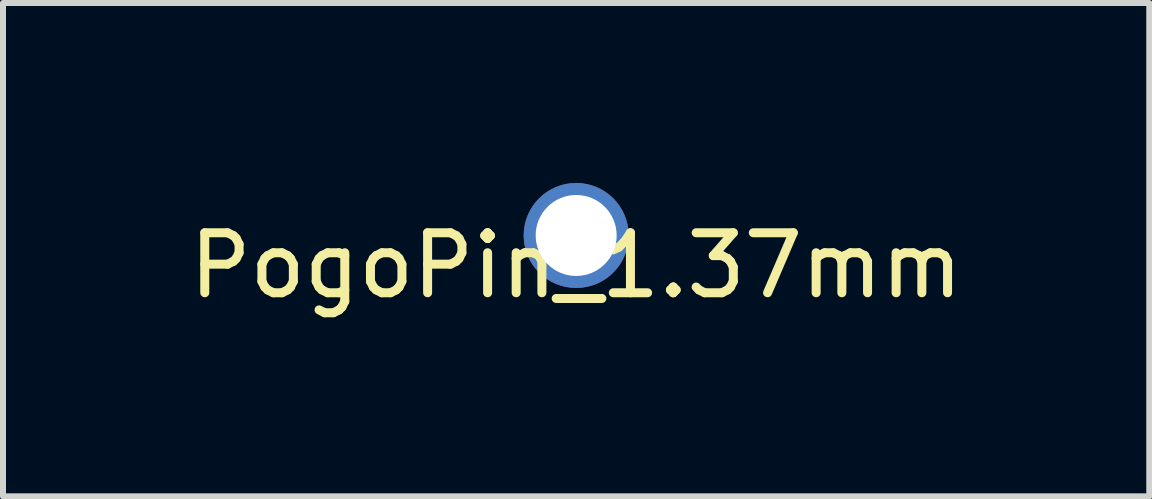
<source format=kicad_pcb>
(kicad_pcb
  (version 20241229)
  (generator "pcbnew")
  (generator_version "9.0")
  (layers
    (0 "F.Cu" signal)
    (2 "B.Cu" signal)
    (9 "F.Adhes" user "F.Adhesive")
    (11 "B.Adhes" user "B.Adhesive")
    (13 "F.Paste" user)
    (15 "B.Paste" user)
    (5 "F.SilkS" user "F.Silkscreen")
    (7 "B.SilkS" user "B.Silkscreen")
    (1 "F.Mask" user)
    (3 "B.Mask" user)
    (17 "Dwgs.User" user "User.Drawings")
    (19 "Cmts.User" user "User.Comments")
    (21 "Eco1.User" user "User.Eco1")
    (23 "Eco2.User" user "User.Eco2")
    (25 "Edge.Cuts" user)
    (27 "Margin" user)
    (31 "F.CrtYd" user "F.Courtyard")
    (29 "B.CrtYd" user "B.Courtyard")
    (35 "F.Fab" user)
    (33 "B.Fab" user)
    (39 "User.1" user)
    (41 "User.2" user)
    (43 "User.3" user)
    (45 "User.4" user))
  (footprint "PogoPin_1.37mm"
    (layer "F.Cu")
    (at 6.554 0.875)
    (property "Reference" "PogoPin_1.37mm" (at 0 0.5 0) (layer "F.SilkS") (effects (font (size 1 1) (thickness 0.15))))
    (attr through_hole)
    (pad "1" thru_hole circle (at 0 0) (size 1.75 1.75) (drill 1.35) (layers "*.Cu" "*.Mask")))
  (gr_rect
    (start -3 -3)
    (end 16.107 5.223)
    (stroke (width 0.1) (type default))
    (fill no)
    (layer "Edge.Cuts")))
</source>
